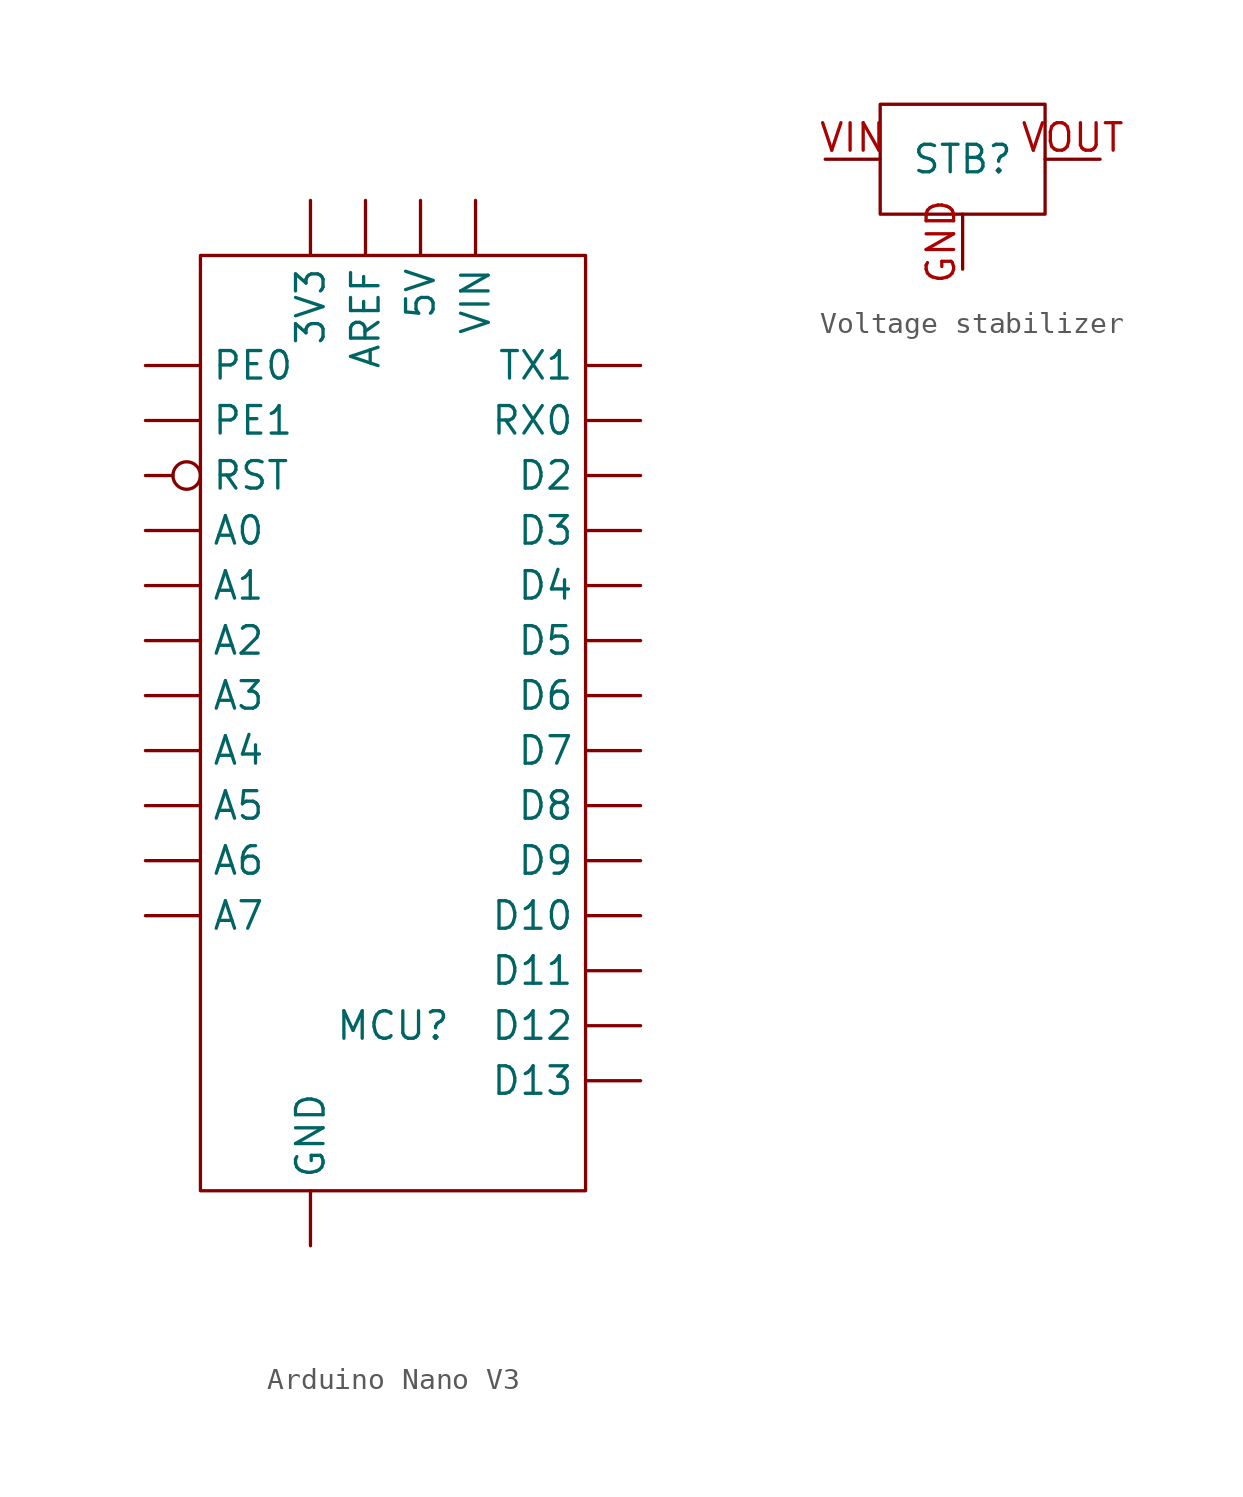
<source format=kicad_sym>
(kicad_symbol_lib
  (version 20241209)
  (generator "kicad_symbol_editor")
  (generator_version "9.0")
  (symbol "Arduino Nano V3"
    (pin_numbers
      (hide yes))
    (property "Reference" "MCU"
      (at 8.89 -35.56 0)
      (do_not_autoplace)
      (effects (font (size 1.27 1.27))))
    (symbol "Arduino Nano V3_0_1"
      (rectangle (start 0 0) (end 17.78 -43.18) (stroke (width 0) (type default)) (fill (type none))))
    (symbol "Arduino Nano V3_1_1"
      (pin passive line (at -2.54 -5.08 0) (length 2.54) (name "PE0" (effects (font (size 1.27 1.27)))) (number "PE0" (effects (font (size 1.27 1.27)))))
      (pin passive line (at -2.54 -7.62 0) (length 2.54) (name "PE1" (effects (font (size 1.27 1.27)))) (number "PE1" (effects (font (size 1.27 1.27)))))
      (pin input inverted (at -2.54 -10.16 0) (length 2.54) (name "RST" (effects (font (size 1.27 1.27)))) (number "RST" (effects (font (size 1.27 1.27)))))
      (pin input line (at -2.54 -12.7 0) (length 2.54) (name "A0" (effects (font (size 1.27 1.27)))) (number "A0" (effects (font (size 1.27 1.27)))))
      (pin input line (at -2.54 -15.24 0) (length 2.54) (name "A1" (effects (font (size 1.27 1.27)))) (number "A1" (effects (font (size 1.27 1.27)))))
      (pin input line (at -2.54 -17.78 0) (length 2.54) (name "A2" (effects (font (size 1.27 1.27)))) (number "A2" (effects (font (size 1.27 1.27)))))
      (pin input line (at -2.54 -20.32 0) (length 2.54) (name "A3" (effects (font (size 1.27 1.27)))) (number "A3" (effects (font (size 1.27 1.27)))))
      (pin input line (at -2.54 -22.86 0) (length 2.54) (name "A4" (effects (font (size 1.27 1.27)))) (number "A4" (effects (font (size 1.27 1.27)))))
      (pin input line (at -2.54 -25.4 0) (length 2.54) (name "A5" (effects (font (size 1.27 1.27)))) (number "A5" (effects (font (size 1.27 1.27)))))
      (pin input line (at -2.54 -27.94 0) (length 2.54) (name "A6" (effects (font (size 1.27 1.27)))) (number "A6" (effects (font (size 1.27 1.27)))))
      (pin input line (at -2.54 -30.48 0) (length 2.54) (name "A7" (effects (font (size 1.27 1.27)))) (number "A7" (effects (font (size 1.27 1.27)))))
      (pin power_out line (at 5.08 2.54 270) (length 2.54) (name "3V3" (effects (font (size 1.27 1.27)))) (number "3V3" (effects (font (size 1.27 1.27)))))
      (pin power_in line (at 5.08 -45.72 90) (length 2.54) (name "GND" (effects (font (size 1.27 1.27)))) (number "GND" (effects (font (size 1.27 1.27)))))
      (pin power_in line (at 7.62 2.54 270) (length 2.54) (name "AREF" (effects (font (size 1.27 1.27)))) (number "AREF" (effects (font (size 1.27 1.27)))))
      (pin power_out line (at 10.16 2.54 270) (length 2.54) (name "5V" (effects (font (size 1.27 1.27)))) (number "5V" (effects (font (size 1.27 1.27)))))
      (pin power_in line (at 12.7 2.54 270) (length 2.54) (name "VIN" (effects (font (size 1.27 1.27)))) (number "VIN" (effects (font (size 1.27 1.27)))))
      (pin bidirectional line (at 20.32 -5.08 180) (length 2.54) (name "TX1" (effects (font (size 1.27 1.27)))) (number "TX1" (effects (font (size 1.27 1.27)))))
      (pin bidirectional line (at 20.32 -7.62 180) (length 2.54) (name "RX0" (effects (font (size 1.27 1.27)))) (number "RX0" (effects (font (size 1.27 1.27)))))
      (pin bidirectional line (at 20.32 -10.16 180) (length 2.54) (name "D2" (effects (font (size 1.27 1.27)))) (number "D2" (effects (font (size 1.27 1.27)))))
      (pin bidirectional line (at 20.32 -12.7 180) (length 2.54) (name "D3" (effects (font (size 1.27 1.27)))) (number "D3" (effects (font (size 1.27 1.27)))))
      (pin bidirectional line (at 20.32 -15.24 180) (length 2.54) (name "D4" (effects (font (size 1.27 1.27)))) (number "D4" (effects (font (size 1.27 1.27)))))
      (pin bidirectional line (at 20.32 -17.78 180) (length 2.54) (name "D5" (effects (font (size 1.27 1.27)))) (number "D5" (effects (font (size 1.27 1.27)))))
      (pin bidirectional line (at 20.32 -20.32 180) (length 2.54) (name "D6" (effects (font (size 1.27 1.27)))) (number "D6" (effects (font (size 1.27 1.27)))))
      (pin bidirectional line (at 20.32 -22.86 180) (length 2.54) (name "D7" (effects (font (size 1.27 1.27)))) (number "D7" (effects (font (size 1.27 1.27)))))
      (pin bidirectional line (at 20.32 -25.4 180) (length 2.54) (name "D8" (effects (font (size 1.27 1.27)))) (number "D8" (effects (font (size 1.27 1.27)))))
      (pin bidirectional line (at 20.32 -27.94 180) (length 2.54) (name "D9" (effects (font (size 1.27 1.27)))) (number "D9" (effects (font (size 1.27 1.27)))))
      (pin bidirectional line (at 20.32 -30.48 180) (length 2.54) (name "D10" (effects (font (size 1.27 1.27)))) (number "D10" (effects (font (size 1.27 1.27)))))
      (pin bidirectional line (at 20.32 -33.02 180) (length 2.54) (name "D11" (effects (font (size 1.27 1.27)))) (number "D11" (effects (font (size 1.27 1.27)))))
      (pin bidirectional line (at 20.32 -35.56 180) (length 2.54) (name "D12" (effects (font (size 1.27 1.27)))) (number "D12" (effects (font (size 1.27 1.27)))))
      (pin bidirectional line (at 20.32 -38.1 180) (length 2.54) (name "D13" (effects (font (size 1.27 1.27)))) (number "D13" (effects (font (size 1.27 1.27)))))))
  (symbol "Voltage stabilizer"
    (pin_names
      (hide yes))
    (property "Reference" "STB"
      (at 0 0 0)
      (effects (font (size 1.27 1.27))))
    (symbol "Voltage stabilizer_0_1"
      (rectangle (start -3.81 2.54) (end 3.81 -2.54) (stroke (width 0) (type default)) (fill (type none))))
    (symbol "Voltage stabilizer_1_1"
      (pin power_in line (at -6.35 0 0) (length 2.54) (name "VIN" (effects (font (size 1.27 1.27)))) (number "VIN" (effects (font (size 1.27 1.27)))))
      (pin power_out line (at 0 -5.08 90) (length 2.54) (name "GND" (effects (font (size 1.27 1.27)))) (number "GND" (effects (font (size 1.27 1.27)))))
      (pin power_out line (at 6.35 0 180) (length 2.54) (name "VOUT" (effects (font (size 1.27 1.27)))) (number "VOUT" (effects (font (size 1.27 1.27))))))))
</source>
